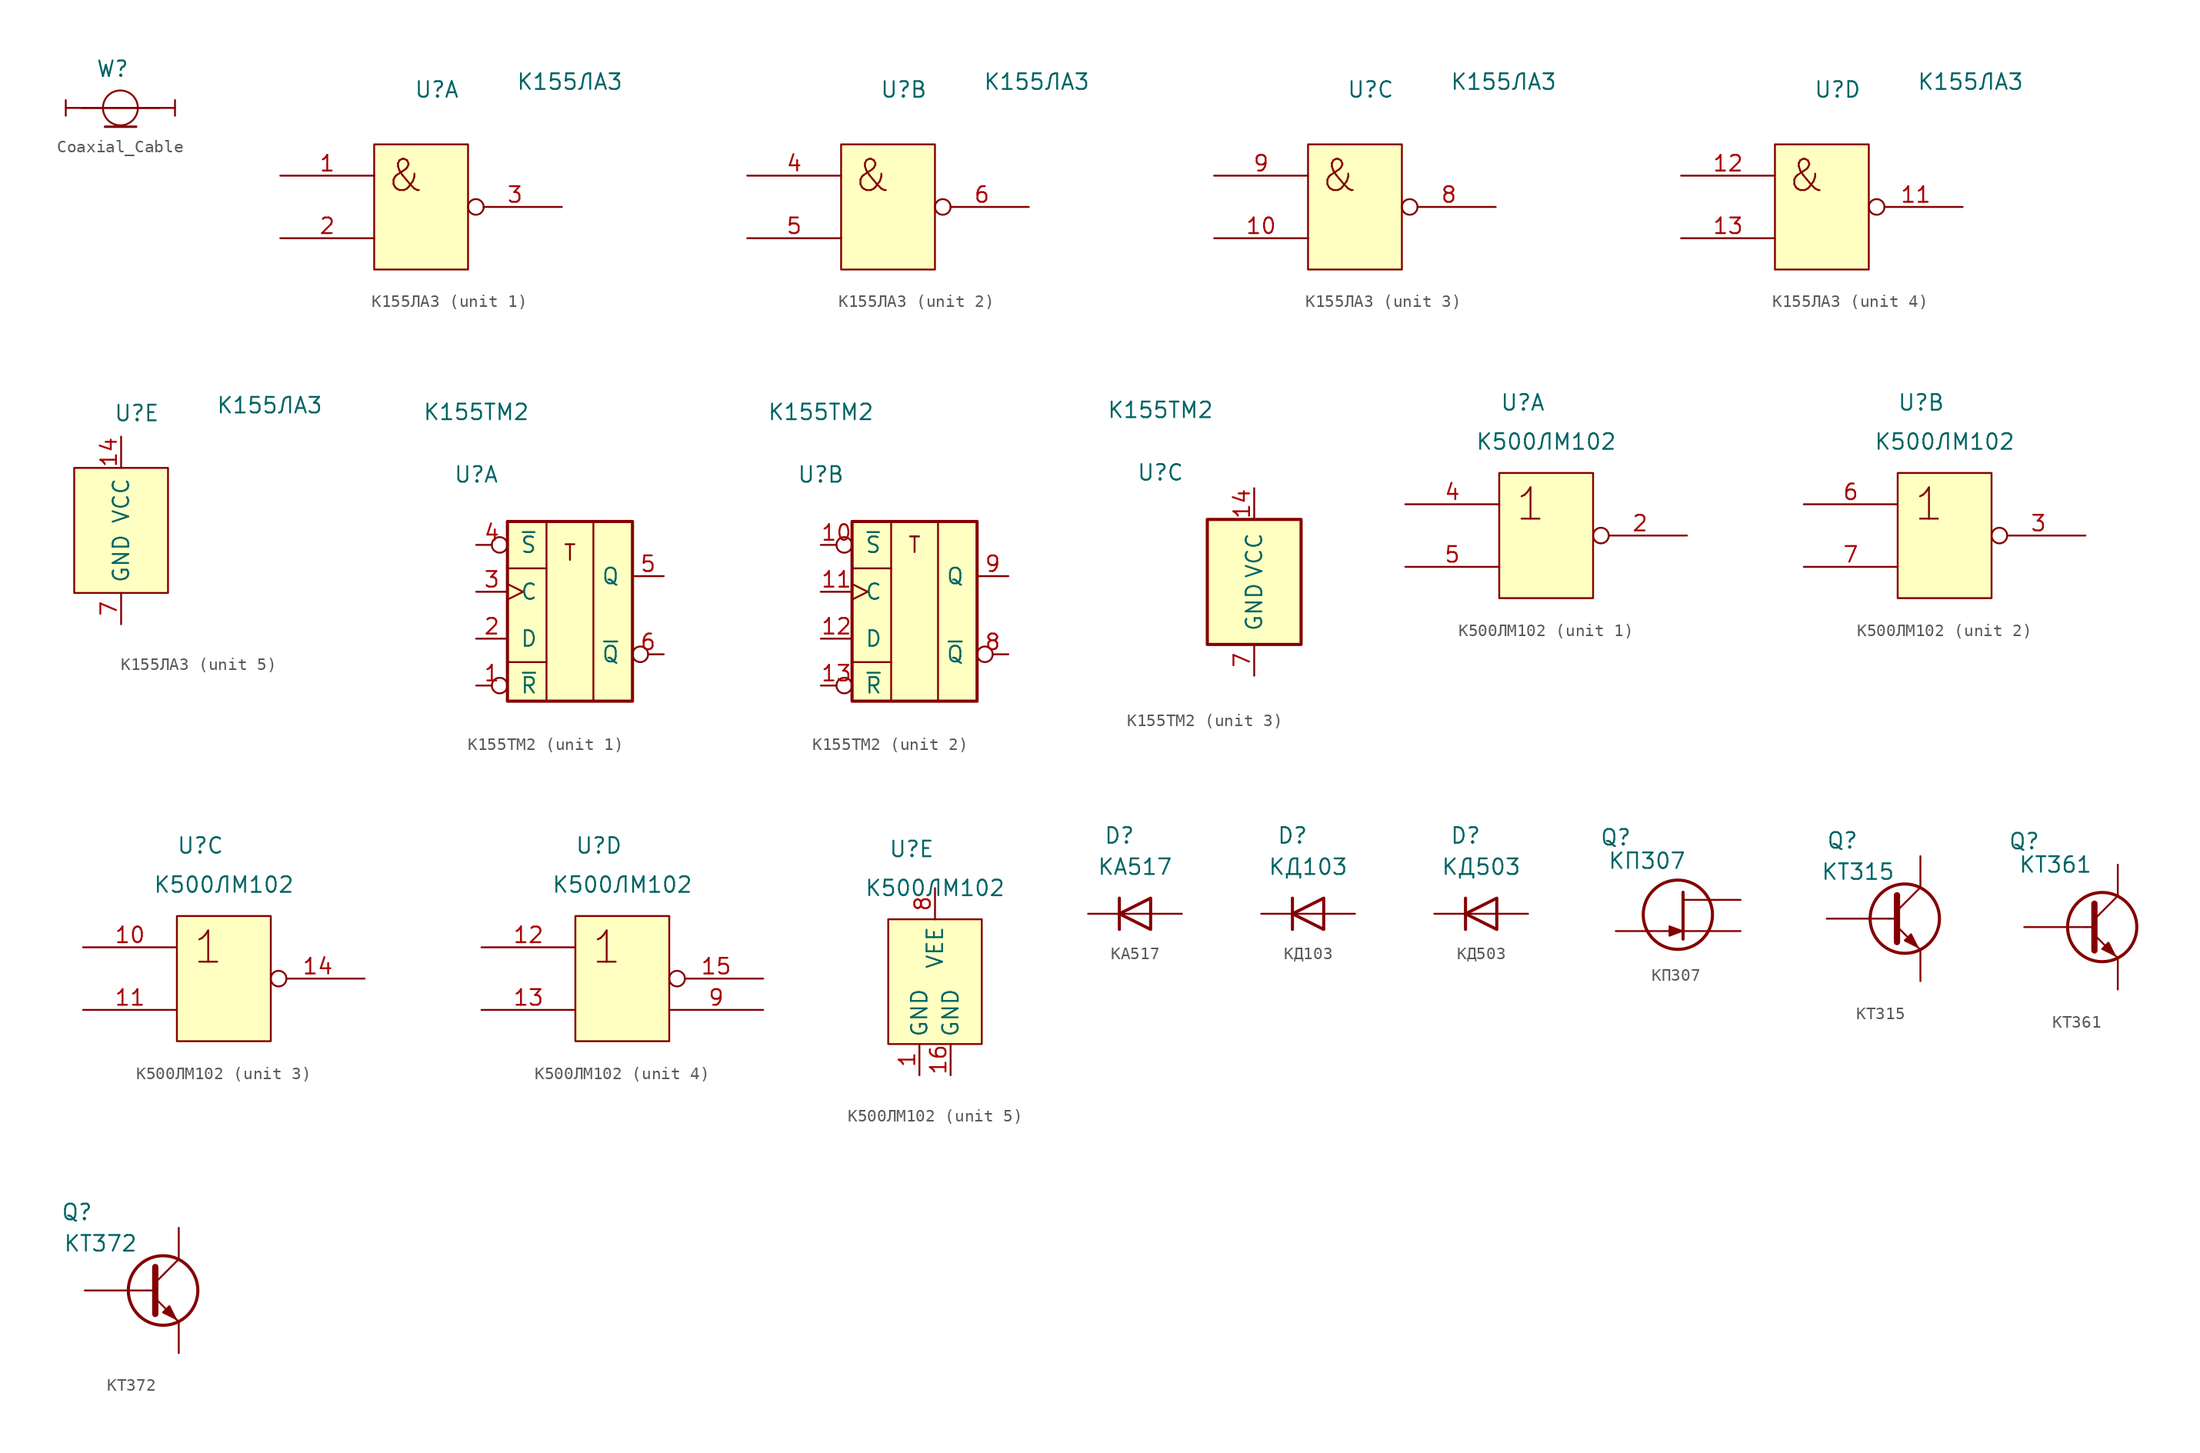
<source format=kicad_sym>
(kicad_symbol_lib
  (version 20211014)
  (generator kicad_symbol_editor)
  (symbol "Coaxial_Cable"
    (pin_numbers hide)
    (pin_names
      (offset 0) hide)
    (property "Reference" "W"
      (at -0.635 3.175 0)
      (effects (font (size 1.27 1.27))))
    (symbol "Coaxial_Cable_0_1"
      (polyline (pts (xy -4.445 0.635) (xy -4.445 -0.635)) (stroke (width 0.152) (type default) (color 0 0 0 0)) (fill (type none)))
      (polyline (pts (xy -1.255 -1.529) (xy 1.285 -1.529)) (stroke (width 0.2) (type default) (color 0 0 0 0)) (fill (type none)))
      (polyline (pts (xy 4.445 0.635) (xy 4.445 -0.635)) (stroke (width 0.152) (type default) (color 0 0 0 0)) (fill (type none)))
      (circle (center 0 0) (radius 1.42) (stroke (width 0.152) (type default) (color 0 0 0 0)) (fill (type none))))
    (symbol "Coaxial_Cable_1_1"
      (pin passive line (at -4.445 0 0) (length 7.62) (name "" (effects (font (size 1.27 1.27)))) (number "" (effects (font (size 1.27 1.27)))))
      (pin passive line (at 4.445 0 180) (length 7.62) (name "" (effects (font (size 1.27 1.27)))) (number "" (effects (font (size 1.27 1.27)))))))
  (symbol "К155ЛА3"
    (pin_names
      (offset 0.762))
    (property "Reference" "U"
      (at 1.27 9.525 0)
      (effects (font (size 1.27 1.27))))
    (property "Value" "К155ЛА3"
      (at 12.065 10.16 0)
      (effects (font (size 1.27 1.27))))
    (symbol "К155ЛА3_0_1"
      (rectangle (start -3.81 5.08) (end 3.81 -5.08) (stroke (width 0) (type default) (color 0 0 0 0)) (fill (type background))))
    (symbol "К155ЛА3_1_0"
      (text "&" (at -1.27 2.54 0) (effects (font (size 2.54 2.54)))))
    (symbol "К155ЛА3_1_1"
      (pin input line (at -11.43 2.54 0) (length 7.62) (name "~" (effects (font (size 1.27 1.27)))) (number "1" (effects (font (size 1.27 1.27)))))
      (pin input line (at -11.43 -2.54 0) (length 7.62) (name "~" (effects (font (size 1.27 1.27)))) (number "2" (effects (font (size 1.27 1.27)))))
      (pin output inverted (at 11.43 0 180) (length 7.62) (name "~" (effects (font (size 1.27 1.27)))) (number "3" (effects (font (size 1.27 1.27))))))
    (symbol "К155ЛА3_2_0"
      (text "&" (at -1.27 2.54 0) (effects (font (size 2.54 2.54)))))
    (symbol "К155ЛА3_2_1"
      (pin input line (at -11.43 2.54 0) (length 7.62) (name "~" (effects (font (size 1.27 1.27)))) (number "4" (effects (font (size 1.27 1.27)))))
      (pin input line (at -11.43 -2.54 0) (length 7.62) (name "~" (effects (font (size 1.27 1.27)))) (number "5" (effects (font (size 1.27 1.27)))))
      (pin output inverted (at 11.43 0 180) (length 7.62) (name "~" (effects (font (size 1.27 1.27)))) (number "6" (effects (font (size 1.27 1.27))))))
    (symbol "К155ЛА3_3_0"
      (text "&" (at -1.27 2.54 0) (effects (font (size 2.54 2.54)))))
    (symbol "К155ЛА3_3_1"
      (pin input line (at -11.43 -2.54 0) (length 7.62) (name "~" (effects (font (size 1.27 1.27)))) (number "10" (effects (font (size 1.27 1.27)))))
      (pin output inverted (at 11.43 0 180) (length 7.62) (name "~" (effects (font (size 1.27 1.27)))) (number "8" (effects (font (size 1.27 1.27)))))
      (pin input line (at -11.43 2.54 0) (length 7.62) (name "~" (effects (font (size 1.27 1.27)))) (number "9" (effects (font (size 1.27 1.27))))))
    (symbol "К155ЛА3_4_0"
      (text "&" (at -1.27 2.54 0) (effects (font (size 2.54 2.54)))))
    (symbol "К155ЛА3_4_1"
      (pin output inverted (at 11.43 0 180) (length 7.62) (name "~" (effects (font (size 1.27 1.27)))) (number "11" (effects (font (size 1.27 1.27)))))
      (pin input line (at -11.43 2.54 0) (length 7.62) (name "~" (effects (font (size 1.27 1.27)))) (number "12" (effects (font (size 1.27 1.27)))))
      (pin input line (at -11.43 -2.54 0) (length 7.62) (name "~" (effects (font (size 1.27 1.27)))) (number "13" (effects (font (size 1.27 1.27))))))
    (symbol "К155ЛА3_5_0"
      (pin power_in line (at 0 7.62 270) (length 2.54) (name "VCC" (effects (font (size 1.27 1.27)))) (number "14" (effects (font (size 1.27 1.27)))))
      (pin power_in line (at 0 -7.62 90) (length 2.54) (name "GND" (effects (font (size 1.27 1.27)))) (number "7" (effects (font (size 1.27 1.27)))))))
  (symbol "К155ТМ2"
    (pin_names
      (offset 1.016))
    (property "Reference" "U"
      (at -7.62 8.89 0)
      (effects (font (size 1.27 1.27))))
    (property "Value" "К155ТМ2"
      (at -7.62 13.97 0)
      (effects (font (size 1.27 1.27))))
    (property "ki_locked" ""
      (at 0 0 0)
      (effects (font (size 1.27 1.27))))
    (symbol "К155ТМ2_1_0"
      (text "T" (at 0 2.54 0) (effects (font (size 1.27 1.27))))
      (pin input inverted (at -7.62 -8.255 0) (length 2.54) (name "~{R}" (effects (font (size 1.27 1.27)))) (number "1" (effects (font (size 1.27 1.27)))))
      (pin input line (at -7.62 -4.445 0) (length 2.54) (name "D" (effects (font (size 1.27 1.27)))) (number "2" (effects (font (size 1.27 1.27)))))
      (pin input clock (at -7.62 -0.635 0) (length 2.54) (name "C" (effects (font (size 1.27 1.27)))) (number "3" (effects (font (size 1.27 1.27)))))
      (pin input inverted (at -7.62 3.175 0) (length 2.54) (name "~{S}" (effects (font (size 1.27 1.27)))) (number "4" (effects (font (size 1.27 1.27)))))
      (pin output line (at 7.62 0.635 180) (length 2.54) (name "Q" (effects (font (size 1.27 1.27)))) (number "5" (effects (font (size 1.27 1.27)))))
      (pin output inverted (at 7.62 -5.715 180) (length 2.54) (name "~{Q}" (effects (font (size 1.27 1.27)))) (number "6" (effects (font (size 1.27 1.27))))))
    (symbol "К155ТМ2_1_1"
      (rectangle (start -5.08 5.08) (end 5.08 -9.525) (stroke (width 0.254) (type default) (color 0 0 0 0)) (fill (type background)))
      (polyline (pts (xy -5.08 -6.35) (xy -1.905 -6.35)) (stroke (width 0.152) (type default) (color 0 0 0 0)) (fill (type none)))
      (polyline (pts (xy -5.08 1.27) (xy -1.905 1.27)) (stroke (width 0.152) (type default) (color 0 0 0 0)) (fill (type none)))
      (polyline (pts (xy -1.905 5.08) (xy -1.905 -9.525)) (stroke (width 0.152) (type default) (color 0 0 0 0)) (fill (type none)))
      (polyline (pts (xy 1.905 -9.525) (xy 1.905 5.08)) (stroke (width 0.152) (type default) (color 0 0 0 0)) (fill (type none))))
    (symbol "К155ТМ2_2_0"
      (text "T" (at 0 3.175 0) (effects (font (size 1.27 1.27))))
      (pin input inverted (at -7.62 3.175 0) (length 2.54) (name "~{S}" (effects (font (size 1.27 1.27)))) (number "10" (effects (font (size 1.27 1.27)))))
      (pin input clock (at -7.62 -0.635 0) (length 2.54) (name "C" (effects (font (size 1.27 1.27)))) (number "11" (effects (font (size 1.27 1.27)))))
      (pin input line (at -7.62 -4.445 0) (length 2.54) (name "D" (effects (font (size 1.27 1.27)))) (number "12" (effects (font (size 1.27 1.27)))))
      (pin input inverted (at -7.62 -8.255 0) (length 2.54) (name "~{R}" (effects (font (size 1.27 1.27)))) (number "13" (effects (font (size 1.27 1.27)))))
      (pin output inverted (at 7.62 -5.715 180) (length 2.54) (name "~{Q}" (effects (font (size 1.27 1.27)))) (number "8" (effects (font (size 1.27 1.27)))))
      (pin output line (at 7.62 0.635 180) (length 2.54) (name "Q" (effects (font (size 1.27 1.27)))) (number "9" (effects (font (size 1.27 1.27))))))
    (symbol "К155ТМ2_2_1"
      (rectangle (start -5.08 5.08) (end 5.08 -9.525) (stroke (width 0.254) (type default) (color 0 0 0 0)) (fill (type background)))
      (polyline (pts (xy -5.08 -6.35) (xy -1.905 -6.35)) (stroke (width 0.152) (type default) (color 0 0 0 0)) (fill (type none)))
      (polyline (pts (xy -5.08 1.27) (xy -1.905 1.27)) (stroke (width 0.152) (type default) (color 0 0 0 0)) (fill (type none)))
      (polyline (pts (xy -1.905 5.08) (xy -1.905 -9.525)) (stroke (width 0.152) (type default) (color 0 0 0 0)) (fill (type none)))
      (polyline (pts (xy 1.905 -9.525) (xy 1.905 5.08)) (stroke (width 0.152) (type default) (color 0 0 0 0)) (fill (type none))))
    (symbol "К155ТМ2_3_0"
      (pin power_in line (at 0 7.62 270) (length 2.54) (name "VCC" (effects (font (size 1.27 1.27)))) (number "14" (effects (font (size 1.27 1.27)))))
      (pin power_in line (at 0 -7.62 90) (length 2.54) (name "GND" (effects (font (size 1.27 1.27)))) (number "7" (effects (font (size 1.27 1.27))))))
    (symbol "К155ТМ2_3_1"
      (rectangle (start -3.81 5.08) (end 3.81 -5.08) (stroke (width 0.254) (type default) (color 0 0 0 0)) (fill (type background)))))
  (symbol "К500ЛМ102"
    (property "Reference" "U"
      (at -1.905 10.795 0)
      (effects (font (size 1.27 1.27))))
    (property "Value" "К500ЛМ102"
      (at 0 7.62 0)
      (effects (font (size 1.27 1.27))))
    (symbol "К500ЛМ102_0_1"
      (rectangle (start -3.81 5.08) (end 3.81 -5.08) (stroke (width 0) (type default) (color 0 0 0 0)) (fill (type background))))
    (symbol "К500ЛМ102_1_0"
      (text "1" (at -1.27 2.54 0) (effects (font (size 2.54 2.54)))))
    (symbol "К500ЛМ102_1_1"
      (pin output inverted (at 11.43 0 180) (length 7.62) (name "~" (effects (font (size 1.27 1.27)))) (number "2" (effects (font (size 1.27 1.27)))))
      (pin input line (at -11.43 2.54 0) (length 7.62) (name "~" (effects (font (size 1.27 1.27)))) (number "4" (effects (font (size 1.27 1.27)))))
      (pin input line (at -11.43 -2.54 0) (length 7.62) (name "~" (effects (font (size 1.27 1.27)))) (number "5" (effects (font (size 1.27 1.27))))))
    (symbol "К500ЛМ102_2_0"
      (text "1" (at -1.27 2.54 0) (effects (font (size 2.54 2.54)))))
    (symbol "К500ЛМ102_2_1"
      (pin output inverted (at 11.43 0 180) (length 7.62) (name "~" (effects (font (size 1.27 1.27)))) (number "3" (effects (font (size 1.27 1.27)))))
      (pin input line (at -11.43 2.54 0) (length 7.62) (name "~" (effects (font (size 1.27 1.27)))) (number "6" (effects (font (size 1.27 1.27)))))
      (pin input line (at -11.43 -2.54 0) (length 7.62) (name "~" (effects (font (size 1.27 1.27)))) (number "7" (effects (font (size 1.27 1.27))))))
    (symbol "К500ЛМ102_3_0"
      (text "1" (at -1.27 2.54 0) (effects (font (size 2.54 2.54)))))
    (symbol "К500ЛМ102_3_1"
      (pin input line (at -11.43 2.54 0) (length 7.62) (name "~" (effects (font (size 1.27 1.27)))) (number "10" (effects (font (size 1.27 1.27)))))
      (pin input line (at -11.43 -2.54 0) (length 7.62) (name "~" (effects (font (size 1.27 1.27)))) (number "11" (effects (font (size 1.27 1.27)))))
      (pin output inverted (at 11.43 0 180) (length 7.62) (name "~" (effects (font (size 1.27 1.27)))) (number "14" (effects (font (size 1.27 1.27))))))
    (symbol "К500ЛМ102_4_0"
      (text "1" (at -1.27 2.54 0) (effects (font (size 2.54 2.54)))))
    (symbol "К500ЛМ102_4_1"
      (pin input line (at -11.43 2.54 0) (length 7.62) (name "~" (effects (font (size 1.27 1.27)))) (number "12" (effects (font (size 1.27 1.27)))))
      (pin input line (at -11.43 -2.54 0) (length 7.62) (name "~" (effects (font (size 1.27 1.27)))) (number "13" (effects (font (size 1.27 1.27)))))
      (pin output inverted (at 11.43 0 180) (length 7.62) (name "~" (effects (font (size 1.27 1.27)))) (number "15" (effects (font (size 1.27 1.27)))))
      (pin output line (at 11.43 -2.54 180) (length 7.62) (name "~" (effects (font (size 1.27 1.27)))) (number "9" (effects (font (size 1.27 1.27))))))
    (symbol "К500ЛМ102_5_0"
      (pin power_in line (at -1.27 -7.62 90) (length 2.54) (name "GND" (effects (font (size 1.27 1.27)))) (number "1" (effects (font (size 1.27 1.27)))))
      (pin power_in line (at 1.27 -7.62 90) (length 2.54) (name "GND" (effects (font (size 1.27 1.27)))) (number "16" (effects (font (size 1.27 1.27)))))
      (pin power_in line (at 0 7.62 270) (length 2.54) (name "VEE" (effects (font (size 1.27 1.27)))) (number "8" (effects (font (size 1.27 1.27)))))))
  (symbol "КА517"
    (pin_numbers hide)
    (pin_names hide)
    (property "Reference" "D"
      (at -1.27 6.35 0)
      (effects (font (size 1.27 1.27))))
    (property "Value" "КА517"
      (at 0 3.81 0)
      (effects (font (size 1.27 1.27))))
    (symbol "КА517_0_1"
      (polyline (pts (xy -1.27 1.27) (xy -1.27 -1.27)) (stroke (width 0.254) (type default) (color 0 0 0 0)) (fill (type none)))
      (polyline (pts (xy 1.27 0) (xy -1.27 0)) (stroke (width 0) (type default) (color 0 0 0 0)) (fill (type none)))
      (polyline (pts (xy 1.27 1.27) (xy 1.27 -1.27) (xy -1.27 0) (xy 1.27 1.27)) (stroke (width 0.254) (type default) (color 0 0 0 0)) (fill (type none))))
    (symbol "КА517_1_1"
      (pin passive line (at -3.81 0 0) (length 2.54) (name "K" (effects (font (size 1.27 1.27)))) (number "1" (effects (font (size 1.27 1.27)))))
      (pin passive line (at 3.81 0 180) (length 2.54) (name "A" (effects (font (size 1.27 1.27)))) (number "2" (effects (font (size 1.27 1.27)))))))
  (symbol "КД103"
    (pin_numbers hide)
    (pin_names hide)
    (property "Reference" "D"
      (at -1.27 6.35 0)
      (effects (font (size 1.27 1.27))))
    (property "Value" "КД103"
      (at 0 3.81 0)
      (effects (font (size 1.27 1.27))))
    (symbol "КД103_0_1"
      (polyline (pts (xy -1.27 1.27) (xy -1.27 -1.27)) (stroke (width 0.254) (type default) (color 0 0 0 0)) (fill (type none)))
      (polyline (pts (xy 1.27 0) (xy -1.27 0)) (stroke (width 0) (type default) (color 0 0 0 0)) (fill (type none)))
      (polyline (pts (xy 1.27 1.27) (xy 1.27 -1.27) (xy -1.27 0) (xy 1.27 1.27)) (stroke (width 0.254) (type default) (color 0 0 0 0)) (fill (type none))))
    (symbol "КД103_1_1"
      (pin passive line (at -3.81 0 0) (length 2.54) (name "K" (effects (font (size 1.27 1.27)))) (number "1" (effects (font (size 1.27 1.27)))))
      (pin passive line (at 3.81 0 180) (length 2.54) (name "A" (effects (font (size 1.27 1.27)))) (number "2" (effects (font (size 1.27 1.27)))))))
  (symbol "КД503"
    (pin_numbers hide)
    (pin_names hide)
    (property "Reference" "D"
      (at -1.27 6.35 0)
      (effects (font (size 1.27 1.27))))
    (property "Value" "КД503"
      (at 0 3.81 0)
      (effects (font (size 1.27 1.27))))
    (symbol "КД503_0_1"
      (polyline (pts (xy -1.27 1.27) (xy -1.27 -1.27)) (stroke (width 0.254) (type default) (color 0 0 0 0)) (fill (type none)))
      (polyline (pts (xy 1.27 0) (xy -1.27 0)) (stroke (width 0) (type default) (color 0 0 0 0)) (fill (type none)))
      (polyline (pts (xy 1.27 1.27) (xy 1.27 -1.27) (xy -1.27 0) (xy 1.27 1.27)) (stroke (width 0.254) (type default) (color 0 0 0 0)) (fill (type none))))
    (symbol "КД503_1_1"
      (pin passive line (at -3.81 0 0) (length 2.54) (name "K" (effects (font (size 1.27 1.27)))) (number "1" (effects (font (size 1.27 1.27)))))
      (pin passive line (at 3.81 0 180) (length 2.54) (name "A" (effects (font (size 1.27 1.27)))) (number "2" (effects (font (size 1.27 1.27)))))))
  (symbol "КП307"
    (pin_numbers hide)
    (pin_names
      (offset 0) hide)
    (property "Reference" "Q"
      (at -5.08 6.35 0)
      (effects (font (size 1.27 1.27))))
    (property "Value" "КП307"
      (at -2.54 4.445 0)
      (effects (font (size 1.27 1.27))))
    (symbol "КП307_0_0"
      (polyline (pts (xy -2.54 -1.27) (xy 2.54 -1.27)) (stroke (width 0.152) (type default) (color 0 0 0 0)) (fill (type none)))
      (polyline (pts (xy 0.401 1.274) (xy 2.54 1.27)) (stroke (width 0.152) (type default) (color 0 0 0 0)) (fill (type none))))
    (symbol "КП307_0_1"
      (circle (center -0.027 0.061) (radius 2.819) (stroke (width 0.254) (type default) (color 0 0 0 0)) (fill (type none)))
      (polyline (pts (xy 0.396 1.888) (xy 0.396 -1.922)) (stroke (width 0.254) (type default) (color 0 0 0 0)) (fill (type none)))
      (polyline (pts (xy 0.397 -1.875) (xy 0.397 1.935)) (stroke (width 0.152) (type default) (color 0 0 0 0)) (fill (type none)))
      (polyline (pts (xy 0.31 -1.267) (xy -0.706 -0.886) (xy -0.706 -1.648) (xy 0.31 -1.267)) (stroke (width 0) (type default) (color 0 0 0 0)) (fill (type outline))))
    (symbol "КП307_1_1"
      (pin input line (at -5.08 -1.27 0) (length 2.54) (name "G" (effects (font (size 1.27 1.27)))) (number "" (effects (font (size 1.27 1.27)))))
      (pin passive line (at 5.08 1.27 180) (length 2.54) (name "D" (effects (font (size 1.27 1.27)))) (number "1" (effects (font (size 1.27 1.27)))))
      (pin passive line (at 5.08 -1.27 180) (length 2.54) (name "S" (effects (font (size 1.27 1.27)))) (number "3" (effects (font (size 1.27 1.27)))))))
  (symbol "КТ315"
    (pin_numbers hide)
    (pin_names hide)
    (property "Reference" "Q"
      (at -5.08 6.35 0)
      (effects (font (size 1.27 1.27))))
    (property "Value" "КТ315"
      (at -3.81 3.81 0)
      (effects (font (size 1.27 1.27))))
    (symbol "КТ315_0_1"
      (polyline (pts (xy -1.27 0) (xy -0.635 0)) (stroke (width 0) (type default) (color 0 0 0 0)) (fill (type none)))
      (polyline (pts (xy -0.635 0.635) (xy 1.27 2.54)) (stroke (width 0) (type default) (color 0 0 0 0)) (fill (type none)))
      (polyline (pts (xy -0.635 -0.635) (xy 1.27 -2.54) (xy 1.27 -2.54)) (stroke (width 0) (type default) (color 0 0 0 0)) (fill (type none)))
      (polyline (pts (xy -0.635 1.905) (xy -0.635 -1.905) (xy -0.635 -1.905)) (stroke (width 0.508) (type default) (color 0 0 0 0)) (fill (type none)))
      (polyline (pts (xy 0 -1.778) (xy 0.508 -1.27) (xy 1.016 -2.286) (xy 0 -1.778) (xy 0 -1.778)) (stroke (width 0) (type default) (color 0 0 0 0)) (fill (type outline)))
      (circle (center 0 0) (radius 2.819) (stroke (width 0.254) (type default) (color 0 0 0 0)) (fill (type none))))
    (symbol "КТ315_1_1"
      (pin passive line (at 1.27 5.08 270) (length 2.54) (name "C" (effects (font (size 1.27 1.27)))) (number "1" (effects (font (size 1.27 1.27)))))
      (pin input line (at -6.35 0 0) (length 5.08) (name "B" (effects (font (size 1.27 1.27)))) (number "2" (effects (font (size 1.27 1.27)))))
      (pin passive line (at 1.27 -5.08 90) (length 2.54) (name "E" (effects (font (size 1.27 1.27)))) (number "3" (effects (font (size 1.27 1.27)))))))
  (symbol "КТ361"
    (pin_numbers hide)
    (pin_names hide)
    (property "Reference" "Q"
      (at -6.35 6.985 0)
      (effects (font (size 1.27 1.27))))
    (property "Value" "КТ361"
      (at -3.81 5.08 0)
      (effects (font (size 1.27 1.27))))
    (symbol "КТ361_0_1"
      (polyline (pts (xy -1.27 0) (xy -0.635 0)) (stroke (width 0) (type default) (color 0 0 0 0)) (fill (type none)))
      (polyline (pts (xy -0.635 0.635) (xy 1.27 2.54)) (stroke (width 0) (type default) (color 0 0 0 0)) (fill (type none)))
      (polyline (pts (xy -0.635 -0.635) (xy 1.27 -2.54) (xy 1.27 -2.54)) (stroke (width 0) (type default) (color 0 0 0 0)) (fill (type none)))
      (polyline (pts (xy -0.635 1.905) (xy -0.635 -1.905) (xy -0.635 -1.905)) (stroke (width 0.508) (type default) (color 0 0 0 0)) (fill (type none)))
      (polyline (pts (xy 0 -1.778) (xy 0.508 -1.27) (xy 1.016 -2.286) (xy 0 -1.778) (xy 0 -1.778)) (stroke (width 0) (type default) (color 0 0 0 0)) (fill (type outline)))
      (circle (center 0 0) (radius 2.819) (stroke (width 0.254) (type default) (color 0 0 0 0)) (fill (type none))))
    (symbol "КТ361_1_1"
      (pin passive line (at 1.27 5.08 270) (length 2.54) (name "C" (effects (font (size 1.27 1.27)))) (number "1" (effects (font (size 1.27 1.27)))))
      (pin input line (at -6.35 0 0) (length 5.08) (name "B" (effects (font (size 1.27 1.27)))) (number "2" (effects (font (size 1.27 1.27)))))
      (pin passive line (at 1.27 -5.08 90) (length 2.54) (name "E" (effects (font (size 1.27 1.27)))) (number "3" (effects (font (size 1.27 1.27)))))))
  (symbol "КТ372"
    (pin_numbers hide)
    (pin_names hide)
    (property "Reference" "Q"
      (at -6.985 6.35 0)
      (effects (font (size 1.27 1.27))))
    (property "Value" "КТ372"
      (at -5.08 3.81 0)
      (effects (font (size 1.27 1.27))))
    (symbol "КТ372_0_1"
      (polyline (pts (xy -1.27 0) (xy -0.635 0)) (stroke (width 0) (type default) (color 0 0 0 0)) (fill (type none)))
      (polyline (pts (xy -0.635 0.635) (xy 1.27 2.54)) (stroke (width 0) (type default) (color 0 0 0 0)) (fill (type none)))
      (polyline (pts (xy -0.635 -0.635) (xy 1.27 -2.54) (xy 1.27 -2.54)) (stroke (width 0) (type default) (color 0 0 0 0)) (fill (type none)))
      (polyline (pts (xy -0.635 1.905) (xy -0.635 -1.905) (xy -0.635 -1.905)) (stroke (width 0.508) (type default) (color 0 0 0 0)) (fill (type none)))
      (polyline (pts (xy 0 -1.778) (xy 0.508 -1.27) (xy 1.016 -2.286) (xy 0 -1.778) (xy 0 -1.778)) (stroke (width 0) (type default) (color 0 0 0 0)) (fill (type outline)))
      (circle (center 0 0) (radius 2.819) (stroke (width 0.254) (type default) (color 0 0 0 0)) (fill (type none))))
    (symbol "КТ372_1_1"
      (pin passive line (at 1.27 5.08 270) (length 2.54) (name "C" (effects (font (size 1.27 1.27)))) (number "1" (effects (font (size 1.27 1.27)))))
      (pin input line (at -6.35 0 0) (length 5.08) (name "B" (effects (font (size 1.27 1.27)))) (number "2" (effects (font (size 1.27 1.27)))))
      (pin passive line (at 1.27 -5.08 90) (length 2.54) (name "E" (effects (font (size 1.27 1.27)))) (number "3" (effects (font (size 1.27 1.27))))))))
</source>
